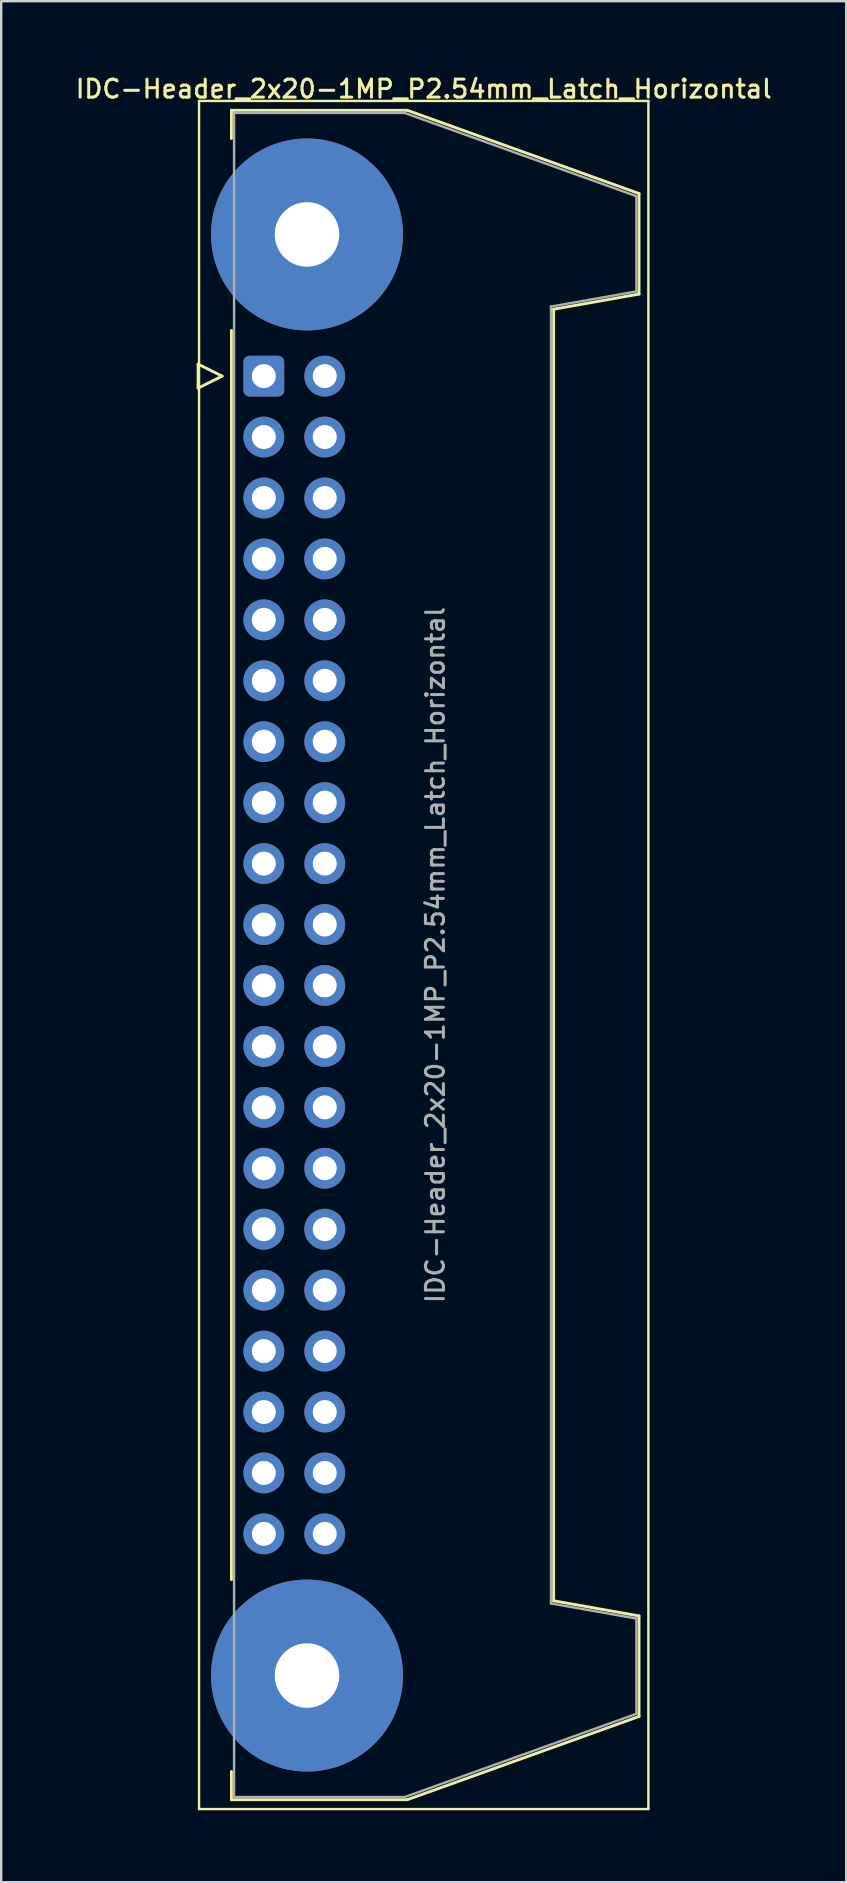
<source format=kicad_pcb>
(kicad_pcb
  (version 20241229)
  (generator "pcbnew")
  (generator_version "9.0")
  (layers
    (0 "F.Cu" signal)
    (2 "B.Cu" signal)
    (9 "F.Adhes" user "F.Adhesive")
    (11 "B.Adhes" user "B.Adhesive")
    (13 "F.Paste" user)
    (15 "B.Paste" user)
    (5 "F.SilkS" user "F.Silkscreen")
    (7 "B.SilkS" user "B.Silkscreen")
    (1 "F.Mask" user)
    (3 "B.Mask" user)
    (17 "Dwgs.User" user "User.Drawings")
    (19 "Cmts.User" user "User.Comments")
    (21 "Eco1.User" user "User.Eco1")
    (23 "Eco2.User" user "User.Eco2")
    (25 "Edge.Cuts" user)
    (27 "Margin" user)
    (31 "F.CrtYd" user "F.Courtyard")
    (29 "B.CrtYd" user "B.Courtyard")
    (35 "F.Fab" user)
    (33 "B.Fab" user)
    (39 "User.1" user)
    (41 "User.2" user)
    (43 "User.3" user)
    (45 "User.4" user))
  (footprint "IDC-Header_2x20-1MP_P2.54mm_Latch_Horizontal"
    (layer "F.Cu")
    (at 7.947 12.628)
    (property "Reference" "IDC-Header_2x20-1MP_P2.54mm_Latch_Horizontal" (at 6.665 -11.97 0) (layer "F.SilkS") (effects (font (size 0.75 0.75) (thickness 0.125))))
    (attr through_hole)
    (fp_line (start -2.74 -0.5) (end -2.74 0.5) (stroke (width 0.12) (type solid)) (layer "F.SilkS"))
    (fp_line (start -2.74 0.5) (end -1.74 0) (stroke (width 0.12) (type solid)) (layer "F.SilkS"))
    (fp_line (start -2.7 -11.47) (end -2.7 59.73) (stroke (width 0.1) (type solid)) (layer "F.SilkS"))
    (fp_line (start -2.7 59.73) (end 16.03 59.73) (stroke (width 0.1) (type solid)) (layer "F.SilkS"))
    (fp_line (start -1.74 0) (end -2.74 -0.5) (stroke (width 0.12) (type solid)) (layer "F.SilkS"))
    (fp_line (start -1.35 -11.08) (end -1.35 -9.905) (stroke (width 0.12) (type solid)) (layer "F.SilkS"))
    (fp_line (start -1.35 -11.08) (end 5.98 -11.08) (stroke (width 0.12) (type solid)) (layer "F.SilkS"))
    (fp_line (start -1.35 -1.905) (end -1.35 50.165) (stroke (width 0.12) (type solid)) (layer "F.SilkS"))
    (fp_line (start -1.35 58.165) (end -1.35 59.34) (stroke (width 0.12) (type solid)) (layer "F.SilkS"))
    (fp_line (start 5.98 -11.08) (end 15.64 -7.61) (stroke (width 0.12) (type solid)) (layer "F.SilkS"))
    (fp_line (start 5.98 59.34) (end -1.35 59.34) (stroke (width 0.12) (type solid)) (layer "F.SilkS"))
    (fp_line (start 12.08 -2.79) (end 12.08 51.05) (stroke (width 0.12) (type solid)) (layer "F.SilkS"))
    (fp_line (start 12.08 51.05) (end 15.64 51.68) (stroke (width 0.12) (type solid)) (layer "F.SilkS"))
    (fp_line (start 15.64 -7.61) (end 15.64 -3.42) (stroke (width 0.12) (type solid)) (layer "F.SilkS"))
    (fp_line (start 15.64 -3.42) (end 12.08 -2.79) (stroke (width 0.12) (type solid)) (layer "F.SilkS"))
    (fp_line (start 15.64 51.68) (end 15.64 55.87) (stroke (width 0.12) (type solid)) (layer "F.SilkS"))
    (fp_line (start 15.64 55.87) (end 5.98 59.34) (stroke (width 0.12) (type solid)) (layer "F.SilkS"))
    (fp_line (start 16.03 -11.47) (end -2.7 -11.47) (stroke (width 0.1) (type solid)) (layer "F.SilkS"))
    (fp_line (start 16.03 59.73) (end 16.03 -11.47) (stroke (width 0.1) (type solid)) (layer "F.SilkS"))
    (fp_line (start -1.24 -10.97) (end 5.87 -10.97) (stroke (width 0.1) (type solid)) (layer "F.Fab"))
    (fp_line (start -1.24 59.23) (end -1.24 -10.97) (stroke (width 0.1) (type solid)) (layer "F.Fab"))
    (fp_line (start 5.87 -10.97) (end 15.53 -7.5) (stroke (width 0.1) (type solid)) (layer "F.Fab"))
    (fp_line (start 5.87 59.23) (end -1.24 59.23) (stroke (width 0.1) (type solid)) (layer "F.Fab"))
    (fp_line (start 11.97 -2.9) (end 11.97 51.16) (stroke (width 0.1) (type solid)) (layer "F.Fab"))
    (fp_line (start 11.97 51.16) (end 15.53 51.79) (stroke (width 0.1) (type solid)) (layer "F.Fab"))
    (fp_line (start 15.53 -7.5) (end 15.53 -3.53) (stroke (width 0.1) (type solid)) (layer "F.Fab"))
    (fp_line (start 15.53 -3.53) (end 11.97 -2.9) (stroke (width 0.1) (type solid)) (layer "F.Fab"))
    (fp_line (start 15.53 51.79) (end 15.53 55.76) (stroke (width 0.1) (type solid)) (layer "F.Fab"))
    (fp_line (start 15.53 55.76) (end 5.87 59.23) (stroke (width 0.1) (type solid)) (layer "F.Fab"))
    (fp_text user "${REFERENCE}" (at 7.145 24.13 90) (layer "F.Fab") (effects (font (size 0.75 0.75) (thickness 0.125))))
    (pad "1" thru_hole roundrect (at 0 0) (size 1.7 1.7) (drill 1) (layers "*.Cu" "*.Mask") (roundrect_rratio 0.147))
    (pad "2" thru_hole circle (at 2.54 0) (size 1.7 1.7) (drill 1) (layers "*.Cu" "*.Mask"))
    (pad "3" thru_hole circle (at 0 2.54) (size 1.7 1.7) (drill 1) (layers "*.Cu" "*.Mask"))
    (pad "4" thru_hole circle (at 2.54 2.54) (size 1.7 1.7) (drill 1) (layers "*.Cu" "*.Mask"))
    (pad "5" thru_hole circle (at 0 5.08) (size 1.7 1.7) (drill 1) (layers "*.Cu" "*.Mask"))
    (pad "6" thru_hole circle (at 2.54 5.08) (size 1.7 1.7) (drill 1) (layers "*.Cu" "*.Mask"))
    (pad "7" thru_hole circle (at 0 7.62) (size 1.7 1.7) (drill 1) (layers "*.Cu" "*.Mask"))
    (pad "8" thru_hole circle (at 2.54 7.62) (size 1.7 1.7) (drill 1) (layers "*.Cu" "*.Mask"))
    (pad "9" thru_hole circle (at 0 10.16) (size 1.7 1.7) (drill 1) (layers "*.Cu" "*.Mask"))
    (pad "10" thru_hole circle (at 2.54 10.16) (size 1.7 1.7) (drill 1) (layers "*.Cu" "*.Mask"))
    (pad "11" thru_hole circle (at 0 12.7) (size 1.7 1.7) (drill 1) (layers "*.Cu" "*.Mask"))
    (pad "12" thru_hole circle (at 2.54 12.7) (size 1.7 1.7) (drill 1) (layers "*.Cu" "*.Mask"))
    (pad "13" thru_hole circle (at 0 15.24) (size 1.7 1.7) (drill 1) (layers "*.Cu" "*.Mask"))
    (pad "14" thru_hole circle (at 2.54 15.24) (size 1.7 1.7) (drill 1) (layers "*.Cu" "*.Mask"))
    (pad "15" thru_hole circle (at 0 17.78) (size 1.7 1.7) (drill 1) (layers "*.Cu" "*.Mask"))
    (pad "16" thru_hole circle (at 2.54 17.78) (size 1.7 1.7) (drill 1) (layers "*.Cu" "*.Mask"))
    (pad "17" thru_hole circle (at 0 20.32) (size 1.7 1.7) (drill 1) (layers "*.Cu" "*.Mask"))
    (pad "18" thru_hole circle (at 2.54 20.32) (size 1.7 1.7) (drill 1) (layers "*.Cu" "*.Mask"))
    (pad "19" thru_hole circle (at 0 22.86) (size 1.7 1.7) (drill 1) (layers "*.Cu" "*.Mask"))
    (pad "20" thru_hole circle (at 2.54 22.86) (size 1.7 1.7) (drill 1) (layers "*.Cu" "*.Mask"))
    (pad "21" thru_hole circle (at 0 25.4) (size 1.7 1.7) (drill 1) (layers "*.Cu" "*.Mask"))
    (pad "22" thru_hole circle (at 2.54 25.4) (size 1.7 1.7) (drill 1) (layers "*.Cu" "*.Mask"))
    (pad "23" thru_hole circle (at 0 27.94) (size 1.7 1.7) (drill 1) (layers "*.Cu" "*.Mask"))
    (pad "24" thru_hole circle (at 2.54 27.94) (size 1.7 1.7) (drill 1) (layers "*.Cu" "*.Mask"))
    (pad "25" thru_hole circle (at 0 30.48) (size 1.7 1.7) (drill 1) (layers "*.Cu" "*.Mask"))
    (pad "26" thru_hole circle (at 2.54 30.48) (size 1.7 1.7) (drill 1) (layers "*.Cu" "*.Mask"))
    (pad "27" thru_hole circle (at 0 33.02) (size 1.7 1.7) (drill 1) (layers "*.Cu" "*.Mask"))
    (pad "28" thru_hole circle (at 2.54 33.02) (size 1.7 1.7) (drill 1) (layers "*.Cu" "*.Mask"))
    (pad "29" thru_hole circle (at 0 35.56) (size 1.7 1.7) (drill 1) (layers "*.Cu" "*.Mask"))
    (pad "30" thru_hole circle (at 2.54 35.56) (size 1.7 1.7) (drill 1) (layers "*.Cu" "*.Mask"))
    (pad "31" thru_hole circle (at 0 38.1) (size 1.7 1.7) (drill 1) (layers "*.Cu" "*.Mask"))
    (pad "32" thru_hole circle (at 2.54 38.1) (size 1.7 1.7) (drill 1) (layers "*.Cu" "*.Mask"))
    (pad "33" thru_hole circle (at 0 40.64) (size 1.7 1.7) (drill 1) (layers "*.Cu" "*.Mask"))
    (pad "34" thru_hole circle (at 2.54 40.64) (size 1.7 1.7) (drill 1) (layers "*.Cu" "*.Mask"))
    (pad "35" thru_hole circle (at 0 43.18) (size 1.7 1.7) (drill 1) (layers "*.Cu" "*.Mask"))
    (pad "36" thru_hole circle (at 2.54 43.18) (size 1.7 1.7) (drill 1) (layers "*.Cu" "*.Mask"))
    (pad "37" thru_hole circle (at 0 45.72) (size 1.7 1.7) (drill 1) (layers "*.Cu" "*.Mask"))
    (pad "38" thru_hole circle (at 2.54 45.72) (size 1.7 1.7) (drill 1) (layers "*.Cu" "*.Mask"))
    (pad "39" thru_hole circle (at 0 48.26) (size 1.7 1.7) (drill 1) (layers "*.Cu" "*.Mask"))
    (pad "40" thru_hole circle (at 2.54 48.26) (size 1.7 1.7) (drill 1) (layers "*.Cu" "*.Mask"))
    (pad "MP" thru_hole circle (at 1.8 -5.905) (size 8 8) (drill 2.69) (layers "*.Cu" "*.Mask"))
    (pad "MP" thru_hole circle (at 1.8 54.165) (size 8 8) (drill 2.69) (layers "*.Cu" "*.Mask")))
  (gr_rect
    (start -3 -3)
    (end 32.225 75.408)
    (stroke (width 0.1) (type default))
    (fill no)
    (layer "Edge.Cuts")))
</source>
